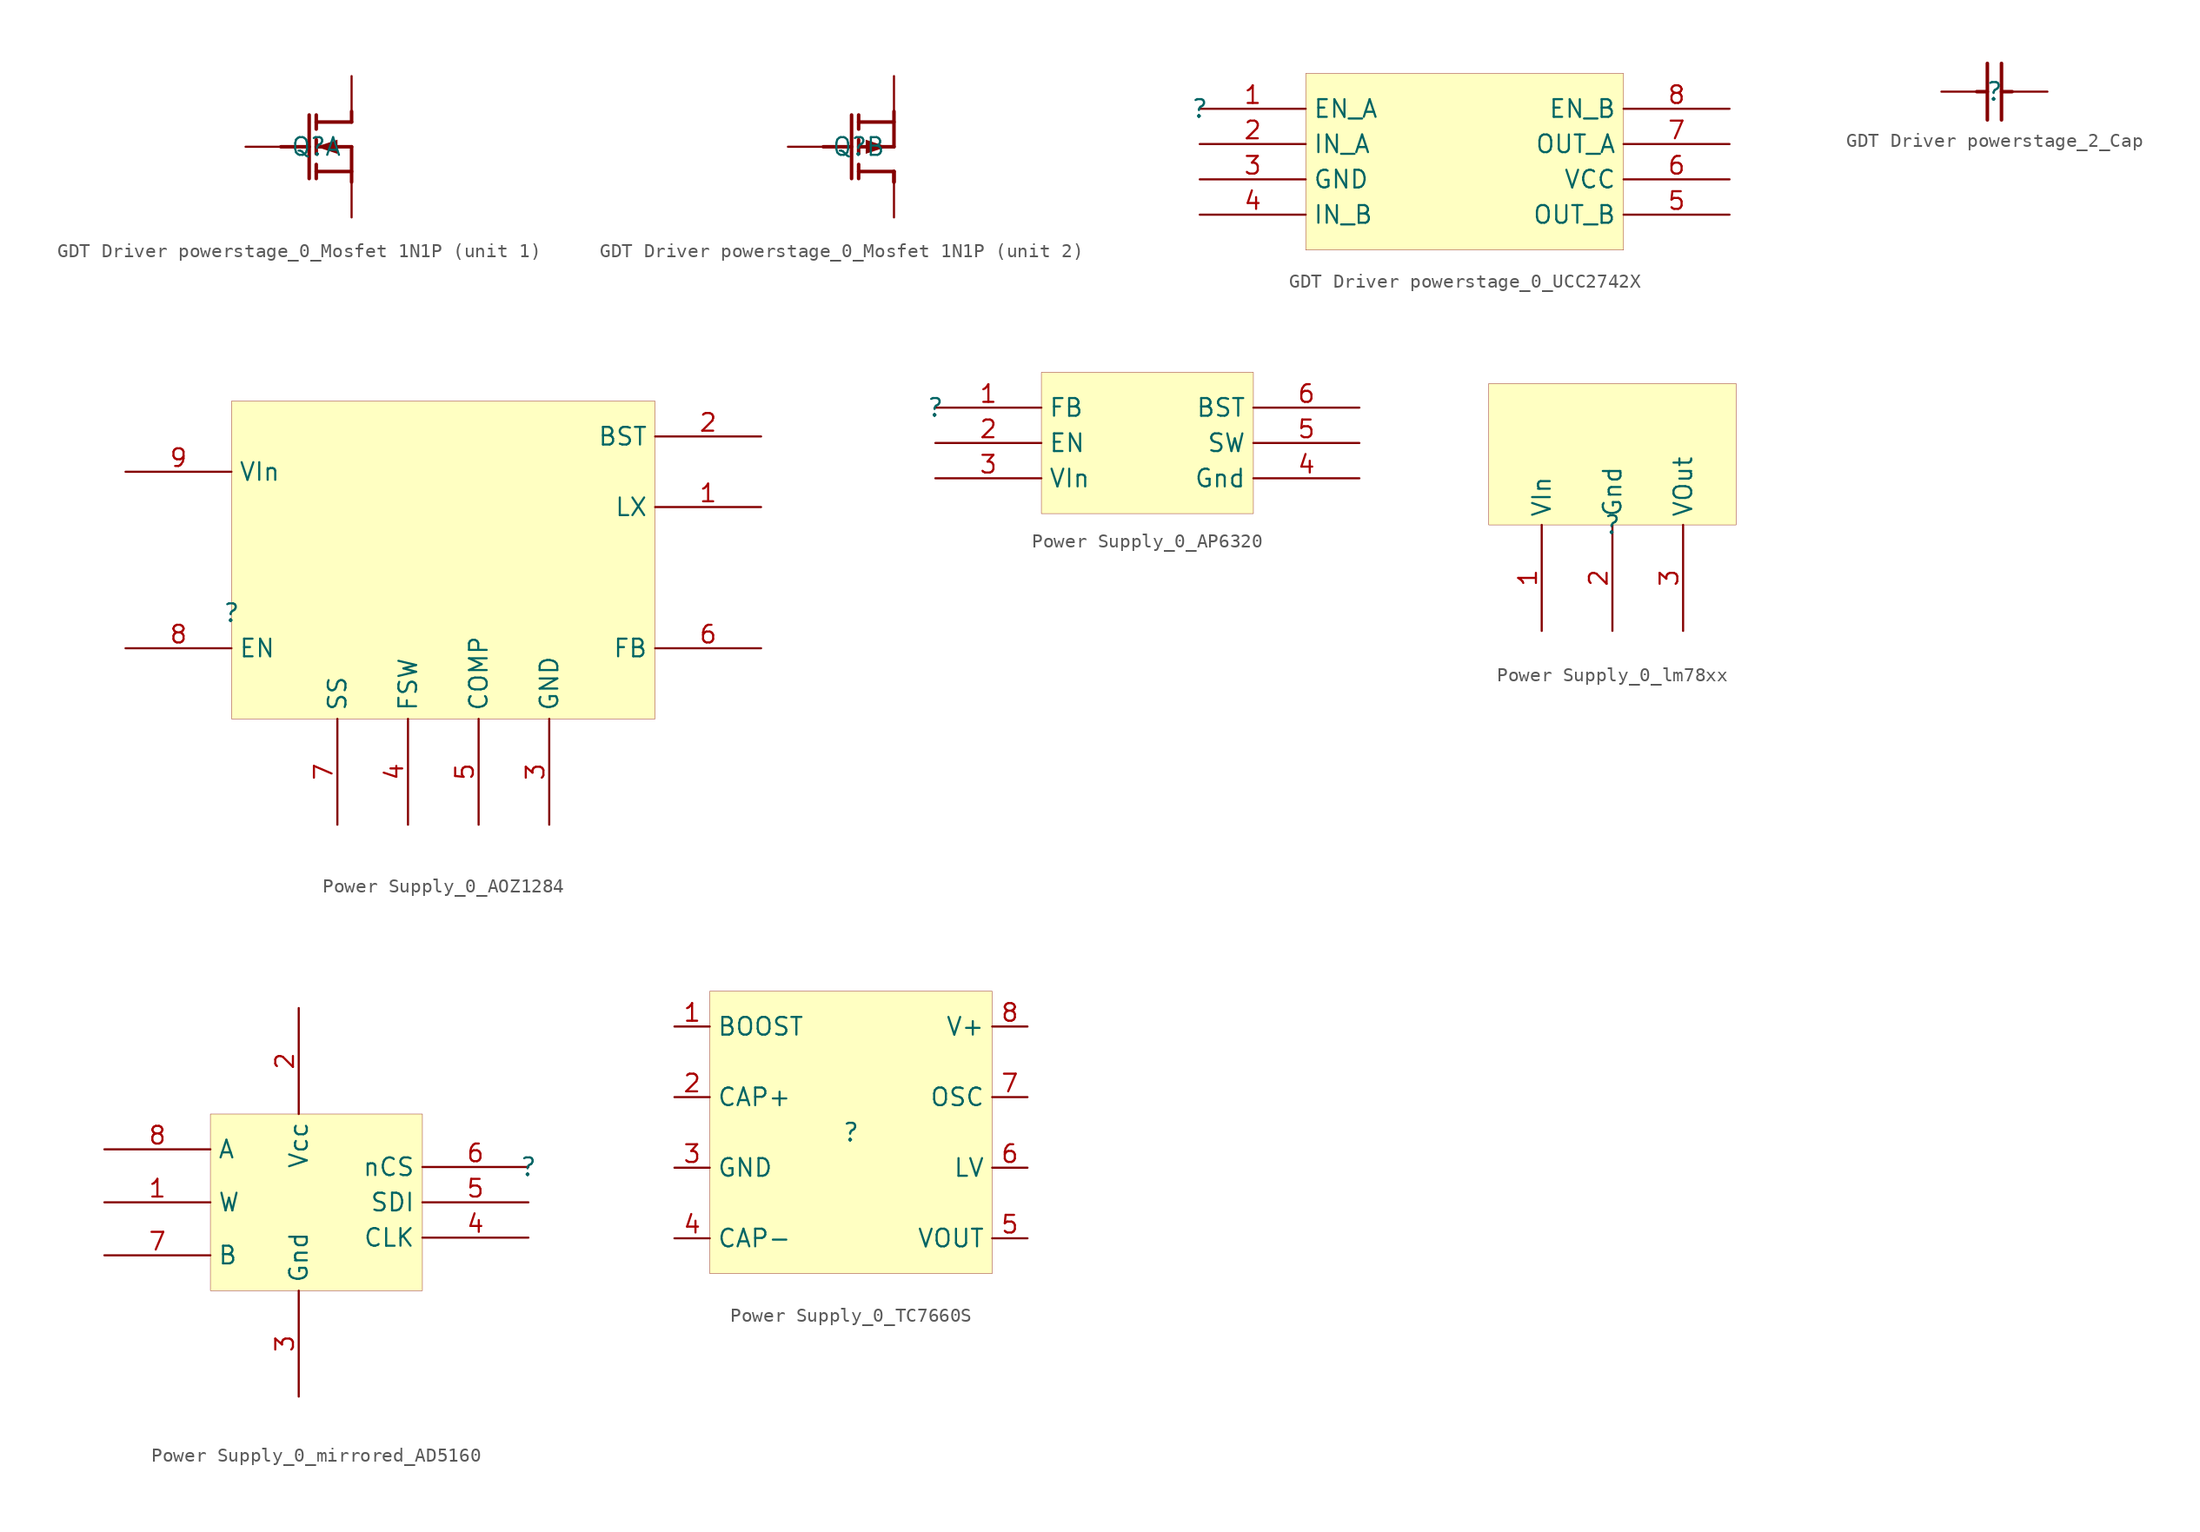
<source format=kicad_sym>
(kicad_symbol_lib
  (version 20231120)
  (generator "kicad_symbol_editor")
  (generator_version "8.0")
  (symbol "GDT Driver powerstage_0_Mosfet 1N1P"
    (property "Reference" "Q"
      (at 0 0 0)
      (effects (font (size 1.27 1.27))))
    (property "Value" ""
      (at 0 0 0)
      (effects (font (size 1.27 1.27))))
    (symbol "GDT Driver powerstage_0_Mosfet 1N1P_1_0"
      (polyline (pts (xy -2.54 0) (xy -0.508 0)) (stroke (width 0.254) (type solid)) (fill (type none)))
      (polyline (pts (xy -0.508 2.286) (xy -0.508 -2.286)) (stroke (width 0.254) (type solid)) (fill (type none)))
      (polyline (pts (xy 0 -2.286) (xy 0 -1.27)) (stroke (width 0.254) (type solid)) (fill (type none)))
      (polyline (pts (xy 0 -0.508) (xy 0 0.508)) (stroke (width 0.254) (type solid)) (fill (type none)))
      (polyline (pts (xy 0 2.286) (xy 0 1.27)) (stroke (width 0.254) (type solid)) (fill (type none)))
      (polyline (pts (xy 2.54 -1.778) (xy 0 -1.778)) (stroke (width 0.254) (type solid)) (fill (type none)))
      (polyline (pts (xy 2.54 0) (xy 0 0)) (stroke (width 0.254) (type solid)) (fill (type none)))
      (polyline (pts (xy 2.54 0) (xy 2.54 -2.54)) (stroke (width 0.254) (type solid)) (fill (type none)))
      (polyline (pts (xy 2.54 1.778) (xy 0 1.778)) (stroke (width 0.254) (type solid)) (fill (type none)))
      (polyline (pts (xy 2.54 1.778) (xy 2.54 2.54)) (stroke (width 0.254) (type solid)) (fill (type none)))
      (polyline (pts (xy 0 0) (xy 1.524 -0.508) (xy 1.524 0.508) (xy 0 0)) (stroke (width -0.0001) (type solid)) (fill (type outline)))
      (pin passive line (at 2.54 -5.08 90) (length 2.54) (name "Sn" (effects (font (size 0 0)))) (number "1" (effects (font (size 0 0)))))
      (pin passive line (at -5.08 0 0) (length 2.54) (name "Gn" (effects (font (size 0 0)))) (number "2" (effects (font (size 0 0)))))
      (pin passive line (at 2.54 5.08 270) (length 2.54) (name "Dn2" (effects (font (size 0 0)))) (number "3" (effects (font (size 0 0))))))
    (symbol "GDT Driver powerstage_0_Mosfet 1N1P_2_0"
      (polyline (pts (xy -2.54 0) (xy -0.508 0)) (stroke (width 0.254) (type solid)) (fill (type none)))
      (polyline (pts (xy -0.508 -2.286) (xy -0.508 2.286)) (stroke (width 0.254) (type solid)) (fill (type none)))
      (polyline (pts (xy 0 -2.286) (xy 0 -1.27)) (stroke (width 0.254) (type solid)) (fill (type none)))
      (polyline (pts (xy 0 0.508) (xy 0 -0.508)) (stroke (width 0.254) (type solid)) (fill (type none)))
      (polyline (pts (xy 0 2.286) (xy 0 1.27)) (stroke (width 0.254) (type solid)) (fill (type none)))
      (polyline (pts (xy 2.54 -1.778) (xy 0 -1.778)) (stroke (width 0.254) (type solid)) (fill (type none)))
      (polyline (pts (xy 2.54 -1.778) (xy 2.54 -2.54)) (stroke (width 0.254) (type solid)) (fill (type none)))
      (polyline (pts (xy 2.54 -1.778) (xy 2.54 -2.54)) (stroke (width 0.254) (type solid)) (fill (type none)))
      (polyline (pts (xy 2.54 0) (xy 0 0)) (stroke (width 0.254) (type solid)) (fill (type none)))
      (polyline (pts (xy 2.54 0) (xy 2.54 2.54)) (stroke (width 0.254) (type solid)) (fill (type none)))
      (polyline (pts (xy 2.54 1.778) (xy 0 1.778)) (stroke (width 0.254) (type solid)) (fill (type none)))
      (polyline (pts (xy 2.032 0) (xy 0.508 0.508) (xy 0.508 -0.508) (xy 2.032 0)) (stroke (width -0.0001) (type solid)) (fill (type outline)))
      (pin passive line (at 2.54 5.08 270) (length 2.54) (name "Sp" (effects (font (size 0 0)))) (number "4" (effects (font (size 0 0)))))
      (pin passive line (at -5.08 0 0) (length 2.54) (name "Gp" (effects (font (size 0 0)))) (number "5" (effects (font (size 0 0)))))
      (pin passive line (at 2.54 -5.08 90) (length 2.54) (name "Dp2" (effects (font (size 0 0)))) (number "6" (effects (font (size 0 0)))))))
  (symbol "GDT Driver powerstage_0_UCC2742X"
    (property "Reference" ""
      (at 0 0 0)
      (effects (font (size 1.27 1.27))))
    (property "Value" ""
      (at 0 0 0)
      (effects (font (size 1.27 1.27))))
    (symbol "GDT Driver powerstage_0_UCC2742X_1_0"
      (rectangle (start 30.48 2.54) (end 7.62 -10.16) (stroke (width 0.025) (type solid) (color 128 0 0 1)) (fill (type background)))
      (pin input line (at 0 0 0) (length 7.62) (name "EN_A" (effects (font (size 1.27 1.27)))) (number "1" (effects (font (size 1.27 1.27)))))
      (pin input line (at 0 -2.54 0) (length 7.62) (name "IN_A" (effects (font (size 1.27 1.27)))) (number "2" (effects (font (size 1.27 1.27)))))
      (pin input line (at 0 -5.08 0) (length 7.62) (name "GND" (effects (font (size 1.27 1.27)))) (number "3" (effects (font (size 1.27 1.27)))))
      (pin input line (at 0 -7.62 0) (length 7.62) (name "IN_B" (effects (font (size 1.27 1.27)))) (number "4" (effects (font (size 1.27 1.27)))))
      (pin input line (at 38.1 -7.62 180) (length 7.62) (name "OUT_B" (effects (font (size 1.27 1.27)))) (number "5" (effects (font (size 1.27 1.27)))))
      (pin input line (at 38.1 -5.08 180) (length 7.62) (name "VCC" (effects (font (size 1.27 1.27)))) (number "6" (effects (font (size 1.27 1.27)))))
      (pin input line (at 38.1 -2.54 180) (length 7.62) (name "OUT_A" (effects (font (size 1.27 1.27)))) (number "7" (effects (font (size 1.27 1.27)))))
      (pin input line (at 38.1 0 180) (length 7.62) (name "EN_B" (effects (font (size 1.27 1.27)))) (number "8" (effects (font (size 1.27 1.27)))))))
  (symbol "GDT Driver powerstage_2_Cap"
    (property "Reference" ""
      (at 0 0 0)
      (effects (font (size 1.27 1.27))))
    (property "Value" ""
      (at 0 0 0)
      (effects (font (size 1.27 1.27))))
    (symbol "GDT Driver powerstage_2_Cap_1_0"
      (polyline (pts (xy -1.27 0) (xy -0.508 0)) (stroke (width 0.254) (type solid)) (fill (type none)))
      (polyline (pts (xy -0.508 -2.032) (xy -0.508 2.032)) (stroke (width 0.254) (type solid)) (fill (type none)))
      (polyline (pts (xy 0.508 2.032) (xy 0.508 -2.032)) (stroke (width 0.254) (type solid)) (fill (type none)))
      (polyline (pts (xy 1.27 0) (xy 0.508 0)) (stroke (width 0.254) (type solid)) (fill (type none)))
      (pin passive line (at 3.81 0 180) (length 2.54) (name "1" (effects (font (size 0 0)))) (number "1" (effects (font (size 0 0)))))
      (pin passive line (at -3.81 0 0) (length 2.54) (name "2" (effects (font (size 0 0)))) (number "2" (effects (font (size 0 0)))))))
  (symbol "Power Supply_0_AOZ1284"
    (property "Reference" ""
      (at 0 0 0)
      (effects (font (size 1.27 1.27))))
    (property "Value" ""
      (at 0 0 0)
      (effects (font (size 1.27 1.27))))
    (symbol "Power Supply_0_AOZ1284_1_0"
      (rectangle (start 30.48 15.24) (end 0 -7.62) (stroke (width 0.025) (type solid) (color 128 0 0 1)) (fill (type background)))
      (pin input line (at 38.1 7.62 180) (length 7.62) (name "LX" (effects (font (size 1.27 1.27)))) (number "1" (effects (font (size 1.27 1.27)))))
      (pin input line (at 38.1 12.7 180) (length 7.62) (name "BST" (effects (font (size 1.27 1.27)))) (number "2" (effects (font (size 1.27 1.27)))))
      (pin input line (at 22.86 -15.24 90) (length 7.62) (name "GND" (effects (font (size 1.27 1.27)))) (number "3" (effects (font (size 1.27 1.27)))))
      (pin input line (at 12.7 -15.24 90) (length 7.62) (name "FSW" (effects (font (size 1.27 1.27)))) (number "4" (effects (font (size 1.27 1.27)))))
      (pin input line (at 17.78 -15.24 90) (length 7.62) (name "COMP" (effects (font (size 1.27 1.27)))) (number "5" (effects (font (size 1.27 1.27)))))
      (pin input line (at 38.1 -2.54 180) (length 7.62) (name "FB" (effects (font (size 1.27 1.27)))) (number "6" (effects (font (size 1.27 1.27)))))
      (pin input line (at 7.62 -15.24 90) (length 7.62) (name "SS" (effects (font (size 1.27 1.27)))) (number "7" (effects (font (size 1.27 1.27)))))
      (pin input line (at -7.62 -2.54 0) (length 7.62) (name "EN" (effects (font (size 1.27 1.27)))) (number "8" (effects (font (size 1.27 1.27)))))
      (pin input line (at -7.62 10.16 0) (length 7.62) (name "VIn" (effects (font (size 1.27 1.27)))) (number "9" (effects (font (size 1.27 1.27)))))))
  (symbol "Power Supply_0_AP6320"
    (property "Reference" ""
      (at 0 0 0)
      (effects (font (size 1.27 1.27))))
    (property "Value" ""
      (at 0 0 0)
      (effects (font (size 1.27 1.27))))
    (symbol "Power Supply_0_AP6320_1_0"
      (rectangle (start 22.86 2.54) (end 7.62 -7.62) (stroke (width 0.025) (type solid) (color 128 0 0 1)) (fill (type background)))
      (pin input line (at 0 0 0) (length 7.62) (name "FB" (effects (font (size 1.27 1.27)))) (number "1" (effects (font (size 1.27 1.27)))))
      (pin input line (at 0 -2.54 0) (length 7.62) (name "EN" (effects (font (size 1.27 1.27)))) (number "2" (effects (font (size 1.27 1.27)))))
      (pin input line (at 0 -5.08 0) (length 7.62) (name "VIn" (effects (font (size 1.27 1.27)))) (number "3" (effects (font (size 1.27 1.27)))))
      (pin input line (at 30.48 -5.08 180) (length 7.62) (name "Gnd" (effects (font (size 1.27 1.27)))) (number "4" (effects (font (size 1.27 1.27)))))
      (pin input line (at 30.48 -2.54 180) (length 7.62) (name "SW" (effects (font (size 1.27 1.27)))) (number "5" (effects (font (size 1.27 1.27)))))
      (pin input line (at 30.48 0 180) (length 7.62) (name "BST" (effects (font (size 1.27 1.27)))) (number "6" (effects (font (size 1.27 1.27)))))))
  (symbol "Power Supply_0_lm78xx"
    (property "Reference" ""
      (at 0 0 0)
      (effects (font (size 1.27 1.27))))
    (property "Value" ""
      (at 0 0 0)
      (effects (font (size 1.27 1.27))))
    (symbol "Power Supply_0_lm78xx_1_0"
      (rectangle (start 8.89 10.16) (end -8.89 0) (stroke (width 0.025) (type solid) (color 128 0 0 1)) (fill (type background)))
      (pin passive line (at -5.08 -7.62 90) (length 7.62) (name "VIn" (effects (font (size 1.27 1.27)))) (number "1" (effects (font (size 1.27 1.27)))))
      (pin passive line (at 0 -7.62 90) (length 7.62) (name "Gnd" (effects (font (size 1.27 1.27)))) (number "2" (effects (font (size 1.27 1.27)))))
      (pin passive line (at 5.08 -7.62 90) (length 7.62) (name "VOut" (effects (font (size 1.27 1.27)))) (number "3" (effects (font (size 1.27 1.27)))))))
  (symbol "Power Supply_0_mirrored_AD5160"
    (property "Reference" ""
      (at 0 0 0)
      (effects (font (size 1.27 1.27))))
    (property "Value" ""
      (at 0 0 0)
      (effects (font (size 1.27 1.27))))
    (symbol "Power Supply_0_mirrored_AD5160_1_0"
      (rectangle (start -7.62 3.81) (end -22.86 -8.89) (stroke (width 0.025) (type solid) (color 128 0 0 1)) (fill (type background)))
      (pin input line (at -30.48 -2.54 0) (length 7.62) (name "W" (effects (font (size 1.27 1.27)))) (number "1" (effects (font (size 1.27 1.27)))))
      (pin input line (at -16.51 11.43 270) (length 7.62) (name "Vcc" (effects (font (size 1.27 1.27)))) (number "2" (effects (font (size 1.27 1.27)))))
      (pin input line (at -16.51 -16.51 90) (length 7.62) (name "Gnd" (effects (font (size 1.27 1.27)))) (number "3" (effects (font (size 1.27 1.27)))))
      (pin input line (at 0 -5.08 180) (length 7.62) (name "CLK" (effects (font (size 1.27 1.27)))) (number "4" (effects (font (size 1.27 1.27)))))
      (pin input line (at 0 -2.54 180) (length 7.62) (name "SDI" (effects (font (size 1.27 1.27)))) (number "5" (effects (font (size 1.27 1.27)))))
      (pin input line (at 0 0 180) (length 7.62) (name "nCS" (effects (font (size 1.27 1.27)))) (number "6" (effects (font (size 1.27 1.27)))))
      (pin input line (at -30.48 -6.35 0) (length 7.62) (name "B" (effects (font (size 1.27 1.27)))) (number "7" (effects (font (size 1.27 1.27)))))
      (pin input line (at -30.48 1.27 0) (length 7.62) (name "A" (effects (font (size 1.27 1.27)))) (number "8" (effects (font (size 1.27 1.27)))))))
  (symbol "Power Supply_0_TC7660S"
    (property "Reference" ""
      (at 0 0 0)
      (effects (font (size 1.27 1.27))))
    (property "Value" ""
      (at 0 0 0)
      (effects (font (size 1.27 1.27))))
    (symbol "Power Supply_0_TC7660S_1_0"
      (rectangle (start 10.16 10.16) (end -10.16 -10.16) (stroke (width 0.025) (type solid) (color 128 0 0 1)) (fill (type background)))
      (pin passive line (at -12.7 7.62 0) (length 2.54) (name "BOOST" (effects (font (size 1.27 1.27)))) (number "1" (effects (font (size 1.27 1.27)))))
      (pin passive line (at -12.7 2.54 0) (length 2.54) (name "CAP+" (effects (font (size 1.27 1.27)))) (number "2" (effects (font (size 1.27 1.27)))))
      (pin passive line (at -12.7 -2.54 0) (length 2.54) (name "GND" (effects (font (size 1.27 1.27)))) (number "3" (effects (font (size 1.27 1.27)))))
      (pin passive line (at -12.7 -7.62 0) (length 2.54) (name "CAP-" (effects (font (size 1.27 1.27)))) (number "4" (effects (font (size 1.27 1.27)))))
      (pin passive line (at 12.7 -7.62 180) (length 2.54) (name "VOUT" (effects (font (size 1.27 1.27)))) (number "5" (effects (font (size 1.27 1.27)))))
      (pin passive line (at 12.7 -2.54 180) (length 2.54) (name "LV" (effects (font (size 1.27 1.27)))) (number "6" (effects (font (size 1.27 1.27)))))
      (pin passive line (at 12.7 2.54 180) (length 2.54) (name "OSC" (effects (font (size 1.27 1.27)))) (number "7" (effects (font (size 1.27 1.27)))))
      (pin passive line (at 12.7 7.62 180) (length 2.54) (name "V+" (effects (font (size 1.27 1.27)))) (number "8" (effects (font (size 1.27 1.27))))))))
</source>
